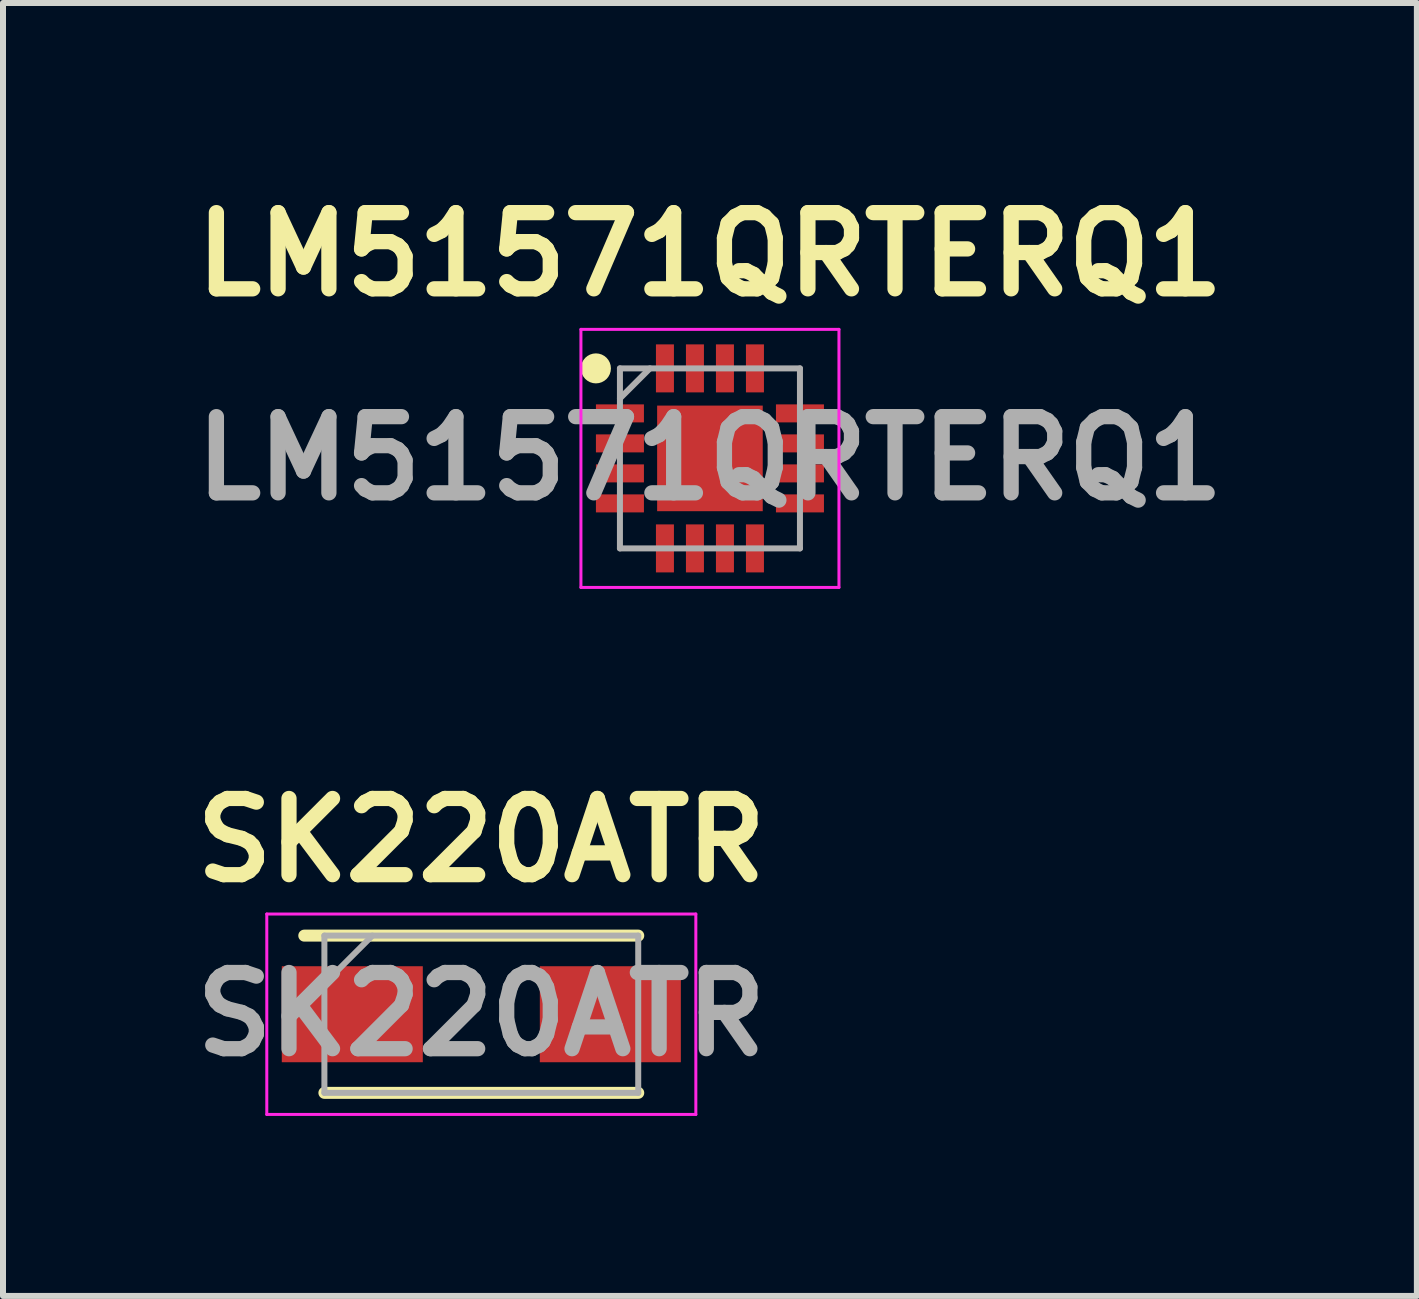
<source format=kicad_pcb>
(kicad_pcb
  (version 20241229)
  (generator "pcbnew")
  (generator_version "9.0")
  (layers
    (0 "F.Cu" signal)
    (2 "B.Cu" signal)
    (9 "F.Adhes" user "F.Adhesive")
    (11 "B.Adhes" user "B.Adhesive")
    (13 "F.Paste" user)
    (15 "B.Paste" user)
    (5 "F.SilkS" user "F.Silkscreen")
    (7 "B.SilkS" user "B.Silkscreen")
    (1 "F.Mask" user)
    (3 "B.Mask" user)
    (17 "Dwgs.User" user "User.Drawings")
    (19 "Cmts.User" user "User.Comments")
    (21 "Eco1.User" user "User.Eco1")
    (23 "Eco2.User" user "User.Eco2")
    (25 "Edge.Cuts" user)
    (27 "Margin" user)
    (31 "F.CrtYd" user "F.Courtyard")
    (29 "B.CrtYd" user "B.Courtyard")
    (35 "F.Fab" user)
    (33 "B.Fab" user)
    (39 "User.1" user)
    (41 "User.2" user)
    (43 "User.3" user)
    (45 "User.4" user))
  (footprint "SK220ATR"
    (layer "F.Cu")
    (at 4.971 13.852)
    (property "Reference" "SK220ATR" (at 0 -2.9 0) (layer "F.SilkS") (effects (font (size 1.27 1.27) (thickness 0.254))))
    (attr smd)
    (fp_line (start -2.615 1.31) (end 2.615 1.31) (stroke (width 0.2) (type solid)) (layer "F.SilkS"))
    (fp_line (start 2.615 -1.31) (end -2.95 -1.31) (stroke (width 0.2) (type solid)) (layer "F.SilkS"))
    (fp_line (start -3.575 -1.67) (end 3.575 -1.67) (stroke (width 0.05) (type solid)) (layer "F.CrtYd"))
    (fp_line (start -3.575 1.67) (end -3.575 -1.67) (stroke (width 0.05) (type solid)) (layer "F.CrtYd"))
    (fp_line (start 3.575 -1.67) (end 3.575 1.67) (stroke (width 0.05) (type solid)) (layer "F.CrtYd"))
    (fp_line (start 3.575 1.67) (end -3.575 1.67) (stroke (width 0.05) (type solid)) (layer "F.CrtYd"))
    (fp_line (start -2.615 -1.31) (end 2.615 -1.31) (stroke (width 0.1) (type solid)) (layer "F.Fab"))
    (fp_line (start -2.615 -0.51) (end -1.815 -1.31) (stroke (width 0.1) (type solid)) (layer "F.Fab"))
    (fp_line (start -2.615 1.31) (end -2.615 -1.31) (stroke (width 0.1) (type solid)) (layer "F.Fab"))
    (fp_line (start 2.615 -1.31) (end 2.615 1.31) (stroke (width 0.1) (type solid)) (layer "F.Fab"))
    (fp_line (start 2.615 1.31) (end -2.615 1.31) (stroke (width 0.1) (type solid)) (layer "F.Fab"))
    (fp_text user "${REFERENCE}" (at 0 0 0) (layer "F.Fab") (effects (font (size 1.27 1.27) (thickness 0.254))))
    (pad "1" smd rect (at -2.15 0 90) (size 1.6 2.35) (layers "F.Cu" "F.Mask" "F.Paste"))
    (pad "2" smd rect (at 2.15 0 90) (size 1.6 2.35) (layers "F.Cu" "F.Mask" "F.Paste")))
  (footprint "LM51571QRTERQ1"
    (layer "F.Cu")
    (at 8.781 4.589)
    (property "Reference" "LM51571QRTERQ1" (at 0 -3.4 0) (layer "F.SilkS") (effects (font (size 1.27 1.27) (thickness 0.254))))
    (attr smd)
    (fp_circle (center -1.9 -1.5) (end -1.9 -1.375) (stroke (width 0.25) (type solid)) (fill no) (layer "F.SilkS"))
    (fp_line (start -2.15 -2.15) (end 2.15 -2.15) (stroke (width 0.05) (type solid)) (layer "F.CrtYd"))
    (fp_line (start -2.15 2.15) (end -2.15 -2.15) (stroke (width 0.05) (type solid)) (layer "F.CrtYd"))
    (fp_line (start 2.15 -2.15) (end 2.15 2.15) (stroke (width 0.05) (type solid)) (layer "F.CrtYd"))
    (fp_line (start 2.15 2.15) (end -2.15 2.15) (stroke (width 0.05) (type solid)) (layer "F.CrtYd"))
    (fp_line (start -1.5 -1.5) (end 1.5 -1.5) (stroke (width 0.1) (type solid)) (layer "F.Fab"))
    (fp_line (start -1.5 -1) (end -1 -1.5) (stroke (width 0.1) (type solid)) (layer "F.Fab"))
    (fp_line (start -1.5 1.5) (end -1.5 -1.5) (stroke (width 0.1) (type solid)) (layer "F.Fab"))
    (fp_line (start 1.5 -1.5) (end 1.5 1.5) (stroke (width 0.1) (type solid)) (layer "F.Fab"))
    (fp_line (start 1.5 1.5) (end -1.5 1.5) (stroke (width 0.1) (type solid)) (layer "F.Fab"))
    (fp_text user "${REFERENCE}" (at 0 0 0) (layer "F.Fab") (effects (font (size 1.27 1.27) (thickness 0.254))))
    (pad "1" smd rect (at -1.5 -0.75 90) (size 0.3 0.8) (layers "F.Cu" "F.Mask" "F.Paste"))
    (pad "2" smd rect (at -1.5 -0.25 90) (size 0.3 0.8) (layers "F.Cu" "F.Mask" "F.Paste"))
    (pad "3" smd rect (at -1.5 0.25 90) (size 0.3 0.8) (layers "F.Cu" "F.Mask" "F.Paste"))
    (pad "4" smd rect (at -1.5 0.75 90) (size 0.3 0.8) (layers "F.Cu" "F.Mask" "F.Paste"))
    (pad "5" smd rect (at -0.75 1.5) (size 0.3 0.8) (layers "F.Cu" "F.Mask" "F.Paste"))
    (pad "6" smd rect (at -0.25 1.5) (size 0.3 0.8) (layers "F.Cu" "F.Mask" "F.Paste"))
    (pad "7" smd rect (at 0.25 1.5) (size 0.3 0.8) (layers "F.Cu" "F.Mask" "F.Paste"))
    (pad "8" smd rect (at 0.75 1.5) (size 0.3 0.8) (layers "F.Cu" "F.Mask" "F.Paste"))
    (pad "9" smd rect (at 1.5 0.75 90) (size 0.3 0.8) (layers "F.Cu" "F.Mask" "F.Paste"))
    (pad "10" smd rect (at 1.5 0.25 90) (size 0.3 0.8) (layers "F.Cu" "F.Mask" "F.Paste"))
    (pad "11" smd rect (at 1.5 -0.25 90) (size 0.3 0.8) (layers "F.Cu" "F.Mask" "F.Paste"))
    (pad "12" smd rect (at 1.5 -0.75 90) (size 0.3 0.8) (layers "F.Cu" "F.Mask" "F.Paste"))
    (pad "13" smd rect (at 0.75 -1.5) (size 0.3 0.8) (layers "F.Cu" "F.Mask" "F.Paste"))
    (pad "14" smd rect (at 0.25 -1.5) (size 0.3 0.8) (layers "F.Cu" "F.Mask" "F.Paste"))
    (pad "15" smd rect (at -0.25 -1.5) (size 0.3 0.8) (layers "F.Cu" "F.Mask" "F.Paste"))
    (pad "16" smd rect (at -0.75 -1.5) (size 0.3 0.8) (layers "F.Cu" "F.Mask" "F.Paste"))
    (pad "17" smd rect (at 0 0) (size 1.76 1.76) (layers "F.Cu" "F.Mask" "F.Paste")))
  (gr_rect
    (start -3 -3)
    (end 20.562 18.547)
    (stroke (width 0.1) (type default))
    (fill no)
    (layer "Edge.Cuts")))
</source>
